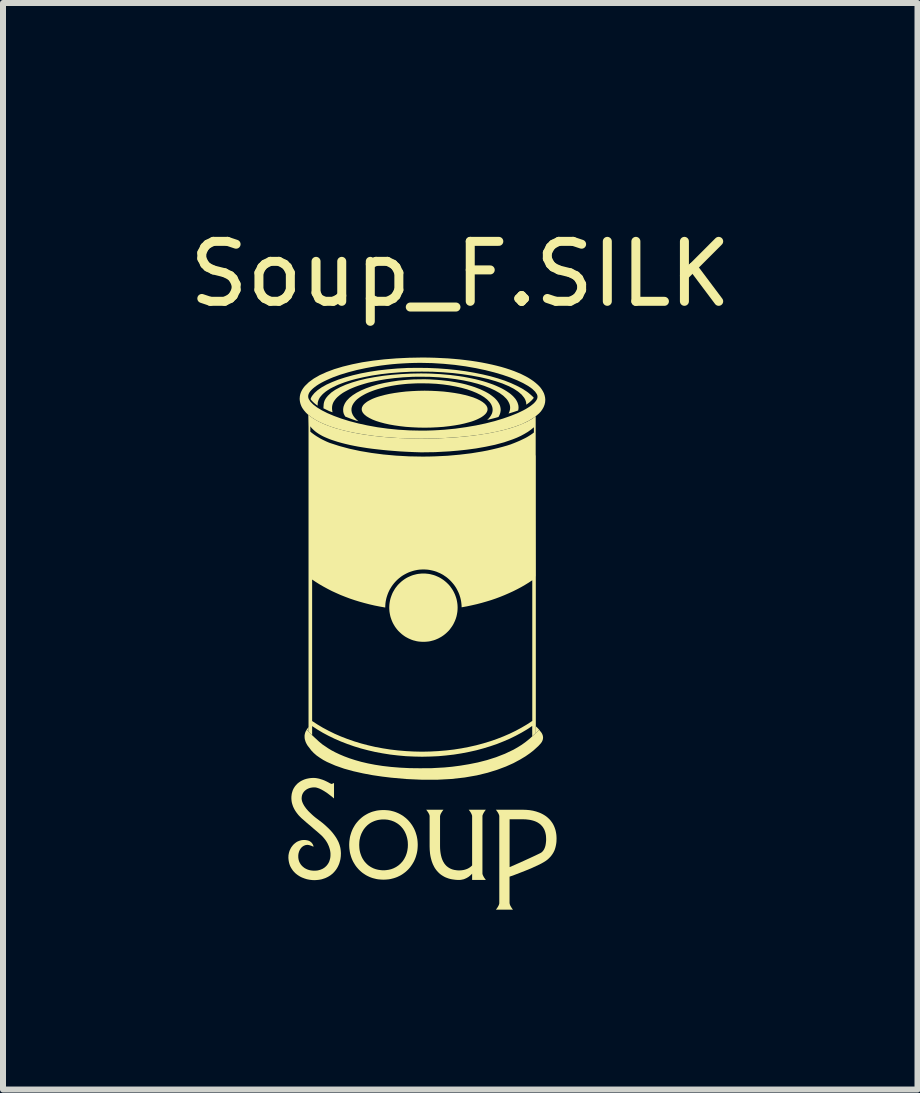
<source format=kicad_pcb>
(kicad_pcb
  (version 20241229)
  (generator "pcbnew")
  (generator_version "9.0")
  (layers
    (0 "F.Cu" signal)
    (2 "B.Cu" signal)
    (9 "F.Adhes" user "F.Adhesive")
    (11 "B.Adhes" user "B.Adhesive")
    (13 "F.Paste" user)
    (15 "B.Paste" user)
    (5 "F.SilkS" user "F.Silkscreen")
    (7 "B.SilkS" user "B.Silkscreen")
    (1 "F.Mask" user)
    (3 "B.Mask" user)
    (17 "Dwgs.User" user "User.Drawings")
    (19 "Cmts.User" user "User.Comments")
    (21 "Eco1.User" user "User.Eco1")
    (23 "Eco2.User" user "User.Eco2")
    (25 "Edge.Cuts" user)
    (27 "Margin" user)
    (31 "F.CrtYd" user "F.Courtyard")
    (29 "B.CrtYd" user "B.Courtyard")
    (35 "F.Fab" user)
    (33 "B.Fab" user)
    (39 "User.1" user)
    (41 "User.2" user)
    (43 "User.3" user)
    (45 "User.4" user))
  (footprint "Soup_F.SILK"
    (layer "F.Cu")
    (at 4.625 0.25)
    (property "Reference" "Soup_F.SILK" (at 0 1.27 0) (unlocked yes) (layer "F.SilkS") (effects (font (size 1 1) (thickness 0.15))))
    (fp_poly (pts (xy 1.32 8.872) (xy 1.321 8.875) (xy 1.324 8.88) (xy 1.331 8.89) (xy 1.329 8.887) (xy 1.327 8.885) (xy 1.326 8.883) (xy 1.324 8.88) (xy 1.317 8.871) (xy 1.318 8.87)) (stroke (width 0) (type solid)) (fill yes) (layer "F.SilkS"))
    (fp_poly (pts (xy -2.529 8.901) (xy -2.561 8.867) (xy -2.56 8.866) (xy -2.56 8.865) (xy -2.558 8.863) (xy -2.558 8.862) (xy -2.557 8.861) (xy -2.557 8.86) (xy -2.556 8.859) (xy -2.554 8.856) (xy -2.551 8.853) (xy -2.548 8.848) (xy -2.544 8.843) (xy -2.54 8.836) (xy -2.537 8.833) (xy -2.535 8.83) (xy -2.532 8.826) (xy -2.529 8.823)) (stroke (width 0) (type solid)) (fill yes) (layer "F.SilkS"))
    (fp_poly (pts (xy 1.266 8.817) (xy 1.273 8.823) (xy 1.279 8.829) (xy 1.287 8.836) (xy 1.294 8.844) (xy 1.302 8.852) (xy 1.306 8.856) (xy 1.31 8.861) (xy 1.313 8.866) (xy 1.317 8.871) (xy 1.3 8.887) (xy 1.283 8.903) (xy 1.249 8.934) (xy 1.252 8.932) (xy 1.254 8.929) (xy 1.257 8.926) (xy 1.26 8.924) (xy 1.26 8.812)) (stroke (width 0) (type solid)) (fill yes) (layer "F.SilkS"))
    (fp_poly (pts (xy -0.487 3.217) (xy -0.382 3.222) (xy -0.282 3.229) (xy -0.186 3.24) (xy -0.094 3.253) (xy -0.007 3.268) (xy 0.073 3.286) (xy 0.148 3.306) (xy 0.216 3.327) (xy 0.276 3.351) (xy 0.329 3.377) (xy 0.373 3.404) (xy 0.408 3.432) (xy 0.434 3.461) (xy 0.443 3.477) (xy 0.45 3.492) (xy 0.454 3.508) (xy 0.455 3.524) (xy 0.454 3.539) (xy 0.45 3.555) (xy 0.443 3.57) (xy 0.434 3.586) (xy 0.422 3.601) (xy 0.408 3.615) (xy 0.392 3.629) (xy 0.373 3.643) (xy 0.352 3.657) (xy 0.329 3.67) (xy 0.303 3.683) (xy 0.276 3.696) (xy 0.247 3.708) (xy 0.216 3.72) (xy 0.183 3.731) (xy 0.148 3.741) (xy 0.073 3.761) (xy -0.007 3.779) (xy -0.094 3.794) (xy -0.186 3.807) (xy -0.282 3.818) (xy -0.382 3.825) (xy -0.487 3.83) (xy -0.594 3.832) (xy -0.701 3.83) (xy -0.805 3.825) (xy -0.906 3.818) (xy -1.002 3.807) (xy -1.094 3.794) (xy -1.18 3.779) (xy -1.261 3.761) (xy -1.336 3.741) (xy -1.403 3.72) (xy -1.464 3.696) (xy -1.516 3.67) (xy -1.561 3.643) (xy -1.596 3.615) (xy -1.622 3.586) (xy -1.631 3.57) (xy -1.638 3.555) (xy -1.642 3.539) (xy -1.643 3.524) (xy -1.642 3.508) (xy -1.638 3.492) (xy -1.631 3.477) (xy -1.622 3.461) (xy -1.61 3.446) (xy -1.596 3.432) (xy -1.579 3.418) (xy -1.561 3.404) (xy -1.54 3.39) (xy -1.516 3.377) (xy -1.491 3.364) (xy -1.464 3.351) (xy -1.435 3.339) (xy -1.403 3.327) (xy -1.37 3.316) (xy -1.336 3.306) (xy -1.261 3.286) (xy -1.18 3.268) (xy -1.094 3.253) (xy -1.002 3.24) (xy -0.906 3.229) (xy -0.805 3.222) (xy -0.701 3.217) (xy -0.594 3.215)) (stroke (width 0) (type solid)) (fill yes) (layer "F.SilkS"))
    (fp_poly (pts (xy -0.539 2.836) (xy -0.374 2.843) (xy -0.213 2.855) (xy -0.057 2.871) (xy 0.093 2.891) (xy 0.237 2.916) (xy 0.375 2.944) (xy 0.506 2.975) (xy 0.628 3.01) (xy 0.743 3.048) (xy 0.849 3.09) (xy 0.945 3.134) (xy 1.032 3.18) (xy 1.108 3.229) (xy 1.142 3.255) (xy 1.173 3.281) (xy 1.202 3.307) (xy 1.227 3.334) (xy 1.221 3.341) (xy 1.215 3.349) (xy 1.209 3.356) (xy 1.202 3.363) (xy 1.196 3.371) (xy 1.188 3.378) (xy 1.181 3.385) (xy 1.173 3.392) (xy 1.165 3.4) (xy 1.157 3.407) (xy 1.148 3.414) (xy 1.139 3.421) (xy 1.13 3.428) (xy 1.12 3.435) (xy 1.1 3.449) (xy 1.1 3.448) (xy 1.101 3.447) (xy 1.101 3.446) (xy 1.101 3.445) (xy 1.101 3.444) (xy 1.101 3.443) (xy 1.101 3.443) (xy 1.099 3.414) (xy 1.092 3.387) (xy 1.081 3.359) (xy 1.066 3.333) (xy 1.023 3.28) (xy 0.964 3.23) (xy 0.891 3.182) (xy 0.803 3.137) (xy 0.703 3.095) (xy 0.591 3.057) (xy 0.467 3.021) (xy 0.333 2.99) (xy 0.189 2.963) (xy 0.037 2.94) (xy -0.123 2.921) (xy -0.29 2.908) (xy -0.463 2.899) (xy -0.641 2.897) (xy -0.819 2.899) (xy -0.992 2.908) (xy -1.159 2.921) (xy -1.318 2.939) (xy -1.47 2.962) (xy -1.613 2.99) (xy -1.747 3.021) (xy -1.81 3.038) (xy -1.87 3.056) (xy -1.928 3.075) (xy -1.982 3.095) (xy -2.034 3.115) (xy -2.082 3.137) (xy -2.127 3.159) (xy -2.169 3.181) (xy -2.207 3.205) (xy -2.242 3.229) (xy -2.273 3.254) (xy -2.3 3.279) (xy -2.323 3.305) (xy -2.343 3.331) (xy -2.358 3.358) (xy -2.369 3.386) (xy -2.376 3.413) (xy -2.378 3.441) (xy -2.378 3.448) (xy -2.378 3.453) (xy -2.378 3.456) (xy -2.378 3.459) (xy -2.378 3.462) (xy -2.378 3.465) (xy -2.388 3.458) (xy -2.399 3.451) (xy -2.409 3.443) (xy -2.42 3.434) (xy -2.43 3.426) (xy -2.44 3.417) (xy -2.45 3.408) (xy -2.459 3.399) (xy -2.467 3.391) (xy -2.475 3.383) (xy -2.481 3.375) (xy -2.487 3.369) (xy -2.491 3.363) (xy -2.492 3.36) (xy -2.494 3.358) (xy -2.495 3.356) (xy -2.495 3.354) (xy -2.495 3.352) (xy -2.495 3.351) (xy -2.485 3.326) (xy -2.471 3.302) (xy -2.431 3.253) (xy -2.377 3.205) (xy -2.309 3.158) (xy -2.229 3.113) (xy -2.136 3.071) (xy -2.032 3.03) (xy -1.917 2.993) (xy -1.792 2.958) (xy -1.659 2.927) (xy -1.516 2.9) (xy -1.367 2.877) (xy -1.21 2.859) (xy -1.048 2.845) (xy -0.88 2.836) (xy -0.708 2.834)) (stroke (width 0) (type solid)) (fill yes) (layer "F.SilkS"))
    (fp_poly (pts (xy -0.585 6.264) (xy -0.556 6.267) (xy -0.527 6.27) (xy -0.499 6.275) (xy -0.472 6.282) (xy -0.445 6.289) (xy -0.418 6.298) (xy -0.392 6.309) (xy -0.367 6.32) (xy -0.343 6.332) (xy -0.319 6.346) (xy -0.296 6.361) (xy -0.273 6.377) (xy -0.252 6.394) (xy -0.231 6.412) (xy -0.211 6.431) (xy -0.192 6.45) (xy -0.174 6.471) (xy -0.158 6.493) (xy -0.142 6.515) (xy -0.127 6.538) (xy -0.113 6.562) (xy -0.101 6.586) (xy -0.089 6.612) (xy -0.079 6.638) (xy -0.07 6.664) (xy -0.062 6.691) (xy -0.056 6.719) (xy -0.051 6.747) (xy -0.047 6.775) (xy -0.045 6.804) (xy -0.044 6.833) (xy -0.045 6.863) (xy -0.047 6.892) (xy -0.051 6.92) (xy -0.056 6.948) (xy -0.062 6.976) (xy -0.07 7.003) (xy -0.079 7.029) (xy -0.089 7.055) (xy -0.101 7.08) (xy -0.113 7.105) (xy -0.127 7.129) (xy -0.142 7.152) (xy -0.158 7.174) (xy -0.174 7.196) (xy -0.192 7.217) (xy -0.211 7.236) (xy -0.231 7.255) (xy -0.252 7.273) (xy -0.273 7.29) (xy -0.296 7.306) (xy -0.319 7.321) (xy -0.343 7.334) (xy -0.367 7.347) (xy -0.392 7.358) (xy -0.418 7.369) (xy -0.445 7.378) (xy -0.472 7.385) (xy -0.499 7.392) (xy -0.527 7.397) (xy -0.556 7.4) (xy -0.585 7.402) (xy -0.614 7.403) (xy -0.643 7.402) (xy -0.672 7.4) (xy -0.701 7.397) (xy -0.729 7.392) (xy -0.756 7.385) (xy -0.784 7.378) (xy -0.81 7.369) (xy -0.836 7.358) (xy -0.861 7.347) (xy -0.886 7.334) (xy -0.91 7.321) (xy -0.933 7.306) (xy -0.955 7.29) (xy -0.977 7.273) (xy -0.997 7.255) (xy -1.017 7.236) (xy -1.036 7.217) (xy -1.054 7.196) (xy -1.071 7.174) (xy -1.087 7.152) (xy -1.101 7.129) (xy -1.115 7.105) (xy -1.128 7.08) (xy -1.139 7.055) (xy -1.149 7.029) (xy -1.158 7.003) (xy -1.166 6.976) (xy -1.172 6.948) (xy -1.177 6.92) (xy -1.181 6.892) (xy -1.183 6.863) (xy -1.184 6.833) (xy -1.183 6.804) (xy -1.181 6.775) (xy -1.177 6.747) (xy -1.172 6.719) (xy -1.166 6.691) (xy -1.158 6.664) (xy -1.149 6.638) (xy -1.139 6.612) (xy -1.128 6.586) (xy -1.115 6.562) (xy -1.101 6.538) (xy -1.087 6.515) (xy -1.071 6.493) (xy -1.054 6.471) (xy -1.036 6.45) (xy -1.017 6.431) (xy -0.997 6.412) (xy -0.977 6.394) (xy -0.955 6.377) (xy -0.933 6.361) (xy -0.91 6.346) (xy -0.886 6.332) (xy -0.861 6.32) (xy -0.836 6.309) (xy -0.81 6.298) (xy -0.784 6.289) (xy -0.756 6.282) (xy -0.729 6.275) (xy -0.701 6.27) (xy -0.672 6.267) (xy -0.643 6.264) (xy -0.614 6.264)) (stroke (width 0) (type solid)) (fill yes) (layer "F.SilkS"))
    (fp_poly (pts (xy -2.54 8.89) (xy -2.518 8.912) (xy -2.496 8.935) (xy -2.474 8.957) (xy -2.451 8.978) (xy -2.429 8.999) (xy -2.387 9.037) (xy -2.379 9.045) (xy -2.371 9.052) (xy -2.363 9.06) (xy -2.354 9.068) (xy -2.344 9.076) (xy -2.334 9.085) (xy -2.323 9.093) (xy -2.312 9.102) (xy -2.308 9.106) (xy -2.304 9.109) (xy -2.301 9.112) (xy -2.298 9.114) (xy -2.296 9.116) (xy -2.294 9.117) (xy -2.293 9.118) (xy -2.292 9.118) (xy -2.199 9.181) (xy -2.144 9.214) (xy -2.081 9.247) (xy -2.011 9.28) (xy -1.933 9.313) (xy -1.847 9.345) (xy -1.754 9.375) (xy -1.652 9.404) (xy -1.541 9.43) (xy -1.422 9.453) (xy -1.293 9.473) (xy -1.154 9.489) (xy -1.006 9.501) (xy -0.848 9.509) (xy -0.679 9.511) (xy -0.482 9.51) (xy -0.266 9.498) (xy -0.138 9.486) (xy -0.001 9.468) (xy 0.144 9.444) (xy 0.294 9.414) (xy 0.446 9.375) (xy 0.597 9.327) (xy 0.746 9.269) (xy 0.889 9.201) (xy 0.957 9.162) (xy 1.023 9.121) (xy 1.086 9.076) (xy 1.146 9.028) (xy 1.146 9.028) (xy 1.147 9.028) (xy 1.147 9.028) (xy 1.148 9.027) (xy 1.149 9.026) (xy 1.149 9.025) (xy 1.151 9.024) (xy 1.152 9.023) (xy 1.168 9.009) (xy 1.176 9.002) (xy 1.184 8.994) (xy 1.192 8.987) (xy 1.2 8.979) (xy 1.208 8.972) (xy 1.216 8.964) (xy 1.216 8.964) (xy 1.217 8.963) (xy 1.217 8.963) (xy 1.217 8.963) (xy 1.218 8.962) (xy 1.218 8.962) (xy 1.242 8.94) (xy 1.267 8.917) (xy 1.318 8.87) (xy 1.324 8.88) (xy 1.328 8.885) (xy 1.329 8.887) (xy 1.331 8.89) (xy 1.336 8.895) (xy 1.347 8.908) (xy 1.354 8.918) (xy 1.361 8.929) (xy 1.368 8.943) (xy 1.373 8.957) (xy 1.376 8.965) (xy 1.378 8.973) (xy 1.379 8.982) (xy 1.38 8.991) (xy 1.381 9) (xy 1.38 9.009) (xy 1.379 9.019) (xy 1.377 9.029) (xy 1.375 9.039) (xy 1.371 9.049) (xy 1.366 9.06) (xy 1.361 9.071) (xy 1.354 9.081) (xy 1.346 9.092) (xy 1.337 9.103) (xy 1.326 9.115) (xy 1.301 9.142) (xy 1.223 9.213) (xy 1.163 9.26) (xy 1.087 9.313) (xy 0.995 9.368) (xy 0.887 9.426) (xy 0.762 9.482) (xy 0.618 9.536) (xy 0.457 9.586) (xy 0.276 9.63) (xy 0.075 9.665) (xy -0.147 9.69) (xy -0.389 9.703) (xy -0.653 9.702) (xy -0.897 9.691) (xy -1.154 9.668) (xy -1.303 9.65) (xy -1.459 9.627) (xy -1.62 9.597) (xy -1.78 9.561) (xy -1.937 9.518) (xy -2.085 9.466) (xy -2.222 9.406) (xy -2.284 9.373) (xy -2.342 9.336) (xy -2.396 9.298) (xy -2.443 9.257) (xy -2.485 9.213) (xy -2.52 9.166) (xy -2.526 9.159) (xy -2.54 9.141) (xy -2.55 9.127) (xy -2.559 9.111) (xy -2.569 9.093) (xy -2.578 9.073) (xy -2.585 9.051) (xy -2.592 9.028) (xy -2.594 9.016) (xy -2.595 9.004) (xy -2.596 8.991) (xy -2.596 8.978) (xy -2.596 8.964) (xy -2.594 8.951) (xy -2.591 8.937) (xy -2.588 8.924) (xy -2.583 8.91) (xy -2.577 8.896) (xy -2.569 8.882) (xy -2.561 8.868)) (stroke (width 0) (type solid)) (fill yes) (layer "F.SilkS"))
    (fp_poly (pts (xy -0.571 2.928) (xy -0.489 2.93) (xy -0.327 2.939) (xy -0.171 2.953) (xy -0.022 2.972) (xy 0.05 2.983) (xy 0.12 2.996) (xy 0.189 3.01) (xy 0.255 3.024) (xy 0.318 3.04) (xy 0.38 3.057) (xy 0.439 3.075) (xy 0.495 3.094) (xy 0.549 3.113) (xy 0.6 3.134) (xy 0.649 3.156) (xy 0.694 3.178) (xy 0.736 3.201) (xy 0.775 3.225) (xy 0.811 3.249) (xy 0.844 3.274) (xy 0.873 3.3) (xy 0.899 3.327) (xy 0.921 3.353) (xy 0.939 3.381) (xy 0.953 3.409) (xy 0.963 3.437) (xy 0.97 3.466) (xy 0.972 3.496) (xy 0.972 3.502) (xy 0.971 3.508) (xy 0.971 3.514) (xy 0.97 3.52) (xy 0.969 3.527) (xy 0.968 3.533) (xy 0.967 3.539) (xy 0.965 3.545) (xy 0.927 3.558) (xy 0.888 3.571) (xy 0.847 3.584) (xy 0.805 3.596) (xy 0.808 3.59) (xy 0.811 3.584) (xy 0.814 3.578) (xy 0.816 3.572) (xy 0.819 3.566) (xy 0.821 3.56) (xy 0.823 3.554) (xy 0.825 3.548) (xy 0.826 3.542) (xy 0.828 3.536) (xy 0.829 3.53) (xy 0.83 3.523) (xy 0.831 3.517) (xy 0.831 3.511) (xy 0.831 3.505) (xy 0.832 3.499) (xy 0.83 3.472) (xy 0.824 3.446) (xy 0.814 3.42) (xy 0.801 3.395) (xy 0.785 3.369) (xy 0.765 3.345) (xy 0.715 3.297) (xy 0.652 3.252) (xy 0.578 3.21) (xy 0.492 3.17) (xy 0.397 3.133) (xy 0.291 3.1) (xy 0.177 3.07) (xy 0.054 3.044) (xy -0.075 3.022) (xy -0.212 3.005) (xy -0.354 2.992) (xy -0.501 2.984) (xy -0.653 2.982) (xy -0.73 2.982) (xy -0.805 2.984) (xy -0.952 2.992) (xy -1.095 3.005) (xy -1.231 3.022) (xy -1.297 3.033) (xy -1.361 3.044) (xy -1.423 3.057) (xy -1.483 3.07) (xy -1.542 3.084) (xy -1.598 3.1) (xy -1.651 3.116) (xy -1.703 3.133) (xy -1.752 3.151) (xy -1.799 3.17) (xy -1.843 3.189) (xy -1.884 3.21) (xy -1.923 3.231) (xy -1.959 3.252) (xy -1.992 3.275) (xy -2.021 3.298) (xy -2.048 3.321) (xy -2.071 3.345) (xy -2.091 3.37) (xy -2.108 3.395) (xy -2.121 3.42) (xy -2.13 3.446) (xy -2.136 3.472) (xy -2.138 3.499) (xy -2.138 3.513) (xy -2.138 3.518) (xy -2.137 3.524) (xy -2.137 3.528) (xy -2.137 3.532) (xy -2.137 3.536) (xy -2.136 3.54) (xy -2.135 3.546) (xy -2.134 3.554) (xy -2.132 3.563) (xy -2.13 3.575) (xy -2.142 3.571) (xy -2.153 3.567) (xy -2.163 3.563) (xy -2.173 3.56) (xy -2.183 3.556) (xy -2.192 3.552) (xy -2.21 3.543) (xy -2.244 3.527) (xy -2.262 3.518) (xy -2.271 3.514) (xy -2.28 3.51) (xy -2.281 3.509) (xy -2.281 3.507) (xy -2.281 3.504) (xy -2.281 3.502) (xy -2.281 3.496) (xy -2.281 3.49) (xy -2.28 3.476) (xy -2.28 3.47) (xy -2.279 3.464) (xy -2.277 3.434) (xy -2.271 3.406) (xy -2.261 3.378) (xy -2.246 3.35) (xy -2.228 3.324) (xy -2.206 3.298) (xy -2.152 3.247) (xy -2.084 3.2) (xy -2.002 3.156) (xy -1.909 3.115) (xy -1.804 3.078) (xy -1.689 3.044) (xy -1.564 3.014) (xy -1.43 2.989) (xy -1.288 2.967) (xy -1.139 2.95) (xy -0.983 2.938) (xy -0.821 2.93) (xy -0.655 2.927)) (stroke (width 0) (type solid)) (fill yes) (layer "F.SilkS"))
    (fp_poly (pts (xy 1.105 10.205) (xy 1.16 10.21) (xy 1.213 10.219) (xy 1.264 10.232) (xy 1.313 10.249) (xy 1.336 10.258) (xy 1.359 10.269) (xy 1.38 10.28) (xy 1.402 10.293) (xy 1.422 10.306) (xy 1.441 10.32) (xy 1.46 10.336) (xy 1.477 10.352) (xy 1.494 10.369) (xy 1.51 10.388) (xy 1.524 10.407) (xy 1.538 10.427) (xy 1.55 10.448) (xy 1.561 10.47) (xy 1.571 10.493) (xy 1.58 10.518) (xy 1.588 10.543) (xy 1.594 10.569) (xy 1.599 10.596) (xy 1.603 10.624) (xy 1.605 10.654) (xy 1.606 10.684) (xy 1.605 10.711) (xy 1.604 10.738) (xy 1.601 10.763) (xy 1.597 10.788) (xy 1.592 10.812) (xy 1.586 10.836) (xy 1.579 10.859) (xy 1.571 10.881) (xy 1.561 10.902) (xy 1.55 10.923) (xy 1.537 10.943) (xy 1.523 10.963) (xy 1.508 10.982) (xy 1.491 11) (xy 1.473 11.018) (xy 1.453 11.036) (xy 1.426 11.056) (xy 1.391 11.078) (xy 1.35 11.101) (xy 1.303 11.124) (xy 1.2 11.172) (xy 1.092 11.217) (xy 0.99 11.257) (xy 0.904 11.29) (xy 0.822 11.319) (xy 0.822 11.757) (xy 0.823 11.761) (xy 0.823 11.766) (xy 0.824 11.77) (xy 0.825 11.775) (xy 0.828 11.784) (xy 0.831 11.794) (xy 0.836 11.803) (xy 0.84 11.812) (xy 0.846 11.821) (xy 0.851 11.83) (xy 0.856 11.838) (xy 0.861 11.845) (xy 0.87 11.858) (xy 0.879 11.869) (xy 0.594 11.869) (xy 0.594 11.869) (xy 0.603 11.858) (xy 0.608 11.852) (xy 0.612 11.845) (xy 0.617 11.838) (xy 0.623 11.83) (xy 0.628 11.821) (xy 0.633 11.812) (xy 0.638 11.803) (xy 0.64 11.798) (xy 0.642 11.794) (xy 0.644 11.789) (xy 0.646 11.784) (xy 0.647 11.779) (xy 0.649 11.775) (xy 0.65 11.77) (xy 0.65 11.766) (xy 0.651 11.761) (xy 0.651 11.757) (xy 0.651 10.362) (xy 0.823 10.362) (xy 0.823 11.16) (xy 1.001 11.082) (xy 1.167 11.006) (xy 1.253 10.966) (xy 1.334 10.927) (xy 1.341 10.923) (xy 1.348 10.919) (xy 1.354 10.915) (xy 1.36 10.91) (xy 1.365 10.905) (xy 1.371 10.9) (xy 1.376 10.894) (xy 1.381 10.888) (xy 1.385 10.882) (xy 1.39 10.876) (xy 1.394 10.869) (xy 1.398 10.862) (xy 1.401 10.855) (xy 1.405 10.848) (xy 1.408 10.84) (xy 1.411 10.833) (xy 1.416 10.817) (xy 1.421 10.8) (xy 1.424 10.783) (xy 1.427 10.765) (xy 1.429 10.746) (xy 1.431 10.727) (xy 1.432 10.708) (xy 1.432 10.689) (xy 1.431 10.667) (xy 1.43 10.646) (xy 1.428 10.626) (xy 1.424 10.606) (xy 1.42 10.588) (xy 1.415 10.57) (xy 1.409 10.553) (xy 1.403 10.537) (xy 1.395 10.522) (xy 1.387 10.508) (xy 1.378 10.494) (xy 1.368 10.481) (xy 1.357 10.469) (xy 1.346 10.457) (xy 1.334 10.446) (xy 1.321 10.436) (xy 1.308 10.427) (xy 1.294 10.418) (xy 1.28 10.41) (xy 1.265 10.403) (xy 1.249 10.396) (xy 1.233 10.39) (xy 1.216 10.385) (xy 1.199 10.38) (xy 1.181 10.376) (xy 1.163 10.372) (xy 1.126 10.367) (xy 1.087 10.363) (xy 1.046 10.362) (xy 0.823 10.362) (xy 0.651 10.362) (xy 0.651 10.315) (xy 0.651 10.311) (xy 0.65 10.306) (xy 0.65 10.302) (xy 0.649 10.297) (xy 0.646 10.288) (xy 0.642 10.278) (xy 0.638 10.269) (xy 0.633 10.26) (xy 0.628 10.251) (xy 0.623 10.242) (xy 0.617 10.234) (xy 0.612 10.227) (xy 0.603 10.214) (xy 0.594 10.203) (xy 1.048 10.203)) (stroke (width 0) (type solid)) (fill yes) (layer "F.SilkS"))
    (fp_poly (pts (xy 0.418 10.214) (xy 0.413 10.22) (xy 0.409 10.226) (xy 0.404 10.234) (xy 0.398 10.242) (xy 0.393 10.251) (xy 0.388 10.26) (xy 0.383 10.269) (xy 0.381 10.273) (xy 0.379 10.278) (xy 0.377 10.283) (xy 0.375 10.288) (xy 0.373 10.292) (xy 0.372 10.297) (xy 0.371 10.302) (xy 0.37 10.306) (xy 0.37 10.31) (xy 0.37 10.315) (xy 0.37 11.262) (xy 0.37 11.266) (xy 0.37 11.27) (xy 0.371 11.274) (xy 0.372 11.279) (xy 0.375 11.288) (xy 0.379 11.297) (xy 0.383 11.307) (xy 0.388 11.316) (xy 0.393 11.325) (xy 0.398 11.334) (xy 0.409 11.349) (xy 0.418 11.362) (xy 0.427 11.373) (xy 0.198 11.373) (xy 0.198 11.269) (xy 0.187 11.281) (xy 0.175 11.292) (xy 0.163 11.303) (xy 0.15 11.313) (xy 0.138 11.323) (xy 0.124 11.331) (xy 0.111 11.339) (xy 0.097 11.346) (xy 0.083 11.352) (xy 0.069 11.358) (xy 0.055 11.363) (xy 0.04 11.366) (xy 0.026 11.369) (xy 0.011 11.372) (xy -0.003 11.373) (xy -0.018 11.373) (xy -0.05 11.373) (xy -0.081 11.371) (xy -0.111 11.367) (xy -0.139 11.363) (xy -0.167 11.357) (xy -0.193 11.35) (xy -0.218 11.341) (xy -0.242 11.332) (xy -0.265 11.321) (xy -0.286 11.309) (xy -0.307 11.296) (xy -0.327 11.282) (xy -0.345 11.267) (xy -0.363 11.25) (xy -0.379 11.233) (xy -0.395 11.215) (xy -0.409 11.196) (xy -0.423 11.176) (xy -0.435 11.155) (xy -0.446 11.133) (xy -0.457 11.111) (xy -0.466 11.087) (xy -0.475 11.063) (xy -0.482 11.038) (xy -0.489 11.012) (xy -0.495 10.986) (xy -0.5 10.959) (xy -0.504 10.931) (xy -0.509 10.874) (xy -0.511 10.814) (xy -0.511 10.314) (xy -0.511 10.31) (xy -0.511 10.306) (xy -0.512 10.301) (xy -0.513 10.297) (xy -0.516 10.287) (xy -0.519 10.278) (xy -0.524 10.269) (xy -0.529 10.259) (xy -0.534 10.25) (xy -0.539 10.242) (xy -0.545 10.234) (xy -0.55 10.226) (xy -0.559 10.214) (xy -0.568 10.203) (xy -0.28 10.203) (xy -0.289 10.214) (xy -0.293 10.22) (xy -0.298 10.226) (xy -0.303 10.234) (xy -0.308 10.242) (xy -0.314 10.251) (xy -0.319 10.26) (xy -0.324 10.269) (xy -0.326 10.273) (xy -0.328 10.278) (xy -0.33 10.283) (xy -0.332 10.288) (xy -0.333 10.292) (xy -0.334 10.297) (xy -0.335 10.302) (xy -0.336 10.306) (xy -0.337 10.31) (xy -0.337 10.315) (xy -0.337 10.812) (xy -0.336 10.852) (xy -0.333 10.891) (xy -0.328 10.929) (xy -0.321 10.965) (xy -0.312 11) (xy -0.3 11.034) (xy -0.293 11.049) (xy -0.286 11.065) (xy -0.277 11.079) (xy -0.269 11.094) (xy -0.259 11.107) (xy -0.249 11.12) (xy -0.238 11.132) (xy -0.226 11.144) (xy -0.213 11.154) (xy -0.2 11.164) (xy -0.185 11.173) (xy -0.17 11.182) (xy -0.154 11.189) (xy -0.138 11.196) (xy -0.12 11.201) (xy -0.102 11.206) (xy -0.082 11.209) (xy -0.062 11.212) (xy -0.04 11.214) (xy -0.018 11.214) (xy -0.001 11.214) (xy 0.016 11.213) (xy 0.032 11.211) (xy 0.047 11.209) (xy 0.063 11.206) (xy 0.077 11.202) (xy 0.091 11.198) (xy 0.105 11.193) (xy 0.118 11.188) (xy 0.131 11.181) (xy 0.143 11.175) (xy 0.155 11.167) (xy 0.167 11.159) (xy 0.178 11.15) (xy 0.188 11.141) (xy 0.198 11.131) (xy 0.198 10.315) (xy 0.198 10.31) (xy 0.198 10.306) (xy 0.197 10.301) (xy 0.196 10.297) (xy 0.193 10.288) (xy 0.189 10.278) (xy 0.185 10.269) (xy 0.18 10.259) (xy 0.175 10.25) (xy 0.17 10.242) (xy 0.165 10.234) (xy 0.159 10.226) (xy 0.15 10.214) (xy 0.141 10.203) (xy 0.427 10.203)) (stroke (width 0) (type solid)) (fill yes) (layer "F.SilkS"))
    (fp_poly (pts (xy -0.572 3.025) (xy -0.505 3.027) (xy -0.439 3.031) (xy -0.375 3.035) (xy -0.311 3.041) (xy -0.249 3.048) (xy -0.188 3.055) (xy -0.128 3.065) (xy -0.07 3.075) (xy -0.013 3.086) (xy 0.042 3.098) (xy 0.095 3.111) (xy 0.146 3.126) (xy 0.196 3.141) (xy 0.244 3.157) (xy 0.289 3.174) (xy 0.333 3.191) (xy 0.374 3.21) (xy 0.413 3.229) (xy 0.45 3.249) (xy 0.484 3.269) (xy 0.515 3.291) (xy 0.544 3.313) (xy 0.571 3.335) (xy 0.594 3.358) (xy 0.615 3.382) (xy 0.632 3.406) (xy 0.647 3.431) (xy 0.659 3.456) (xy 0.667 3.481) (xy 0.672 3.507) (xy 0.674 3.533) (xy 0.674 3.541) (xy 0.673 3.549) (xy 0.672 3.557) (xy 0.671 3.564) (xy 0.67 3.572) (xy 0.668 3.58) (xy 0.666 3.587) (xy 0.664 3.595) (xy 0.662 3.602) (xy 0.659 3.61) (xy 0.656 3.617) (xy 0.652 3.625) (xy 0.649 3.632) (xy 0.645 3.639) (xy 0.641 3.647) (xy 0.636 3.654) (xy 0.636 3.654) (xy 0.636 3.654) (xy 0.636 3.654) (xy 0.636 3.654) (xy 0.636 3.654) (xy 0.636 3.654) (xy 0.636 3.654) (xy 0.636 3.654) (xy 0.635 3.654) (xy 0.635 3.654) (xy 0.635 3.654) (xy 0.635 3.654) (xy 0.59 3.667) (xy 0.544 3.679) (xy 0.497 3.691) (xy 0.449 3.703) (xy 0.459 3.693) (xy 0.47 3.683) (xy 0.479 3.672) (xy 0.488 3.662) (xy 0.496 3.652) (xy 0.503 3.641) (xy 0.51 3.631) (xy 0.516 3.62) (xy 0.522 3.609) (xy 0.527 3.599) (xy 0.531 3.588) (xy 0.534 3.577) (xy 0.537 3.566) (xy 0.538 3.554) (xy 0.54 3.543) (xy 0.54 3.532) (xy 0.538 3.509) (xy 0.534 3.487) (xy 0.526 3.465) (xy 0.516 3.443) (xy 0.503 3.422) (xy 0.487 3.401) (xy 0.447 3.36) (xy 0.398 3.322) (xy 0.339 3.286) (xy 0.271 3.252) (xy 0.195 3.221) (xy 0.112 3.192) (xy 0.021 3.167) (xy -0.076 3.145) (xy -0.179 3.126) (xy -0.287 3.111) (xy -0.4 3.1) (xy -0.517 3.094) (xy -0.637 3.092) (xy -0.698 3.092) (xy -0.758 3.094) (xy -0.816 3.097) (xy -0.874 3.1) (xy -0.931 3.105) (xy -0.987 3.111) (xy -1.042 3.118) (xy -1.095 3.126) (xy -1.148 3.135) (xy -1.198 3.145) (xy -1.248 3.155) (xy -1.295 3.167) (xy -1.341 3.179) (xy -1.386 3.192) (xy -1.429 3.206) (xy -1.47 3.221) (xy -1.509 3.236) (xy -1.546 3.252) (xy -1.58 3.268) (xy -1.613 3.286) (xy -1.644 3.304) (xy -1.672 3.322) (xy -1.698 3.341) (xy -1.722 3.36) (xy -1.743 3.38) (xy -1.761 3.401) (xy -1.777 3.422) (xy -1.79 3.443) (xy -1.801 3.465) (xy -1.808 3.487) (xy -1.813 3.509) (xy -1.814 3.532) (xy -1.814 3.545) (xy -1.812 3.557) (xy -1.81 3.57) (xy -1.807 3.583) (xy -1.802 3.595) (xy -1.797 3.608) (xy -1.791 3.62) (xy -1.784 3.632) (xy -1.776 3.644) (xy -1.767 3.656) (xy -1.758 3.667) (xy -1.747 3.679) (xy -1.736 3.69) (xy -1.724 3.702) (xy -1.711 3.713) (xy -1.697 3.724) (xy -1.712 3.72) (xy -1.727 3.716) (xy -1.742 3.712) (xy -1.757 3.707) (xy -1.786 3.697) (xy -1.814 3.687) (xy -1.917 3.647) (xy -1.922 3.639) (xy -1.926 3.632) (xy -1.93 3.625) (xy -1.934 3.618) (xy -1.937 3.611) (xy -1.94 3.605) (xy -1.943 3.598) (xy -1.945 3.591) (xy -1.947 3.585) (xy -1.948 3.578) (xy -1.95 3.571) (xy -1.951 3.564) (xy -1.952 3.556) (xy -1.952 3.549) (xy -1.952 3.541) (xy -1.953 3.533) (xy -1.951 3.507) (xy -1.946 3.481) (xy -1.937 3.456) (xy -1.926 3.431) (xy -1.911 3.406) (xy -1.894 3.382) (xy -1.849 3.335) (xy -1.794 3.291) (xy -1.728 3.249) (xy -1.653 3.21) (xy -1.568 3.174) (xy -1.475 3.141) (xy -1.374 3.111) (xy -1.265 3.086) (xy -1.15 3.065) (xy -1.03 3.047) (xy -0.904 3.035) (xy -0.774 3.027) (xy -0.639 3.025)) (stroke (width 0) (type solid)) (fill yes) (layer "F.SilkS"))
    (fp_poly (pts (xy -0.527 2.663) (xy -0.42 2.666) (xy -0.211 2.676) (xy -0.11 2.684) (xy -0.011 2.693) (xy 0.085 2.704) (xy 0.179 2.716) (xy 0.271 2.73) (xy 0.359 2.745) (xy 0.445 2.762) (xy 0.529 2.78) (xy 0.609 2.799) (xy 0.686 2.819) (xy 0.76 2.841) (xy 0.83 2.864) (xy 0.897 2.888) (xy 0.961 2.914) (xy 1.021 2.94) (xy 1.077 2.968) (xy 1.129 2.996) (xy 1.177 3.026) (xy 1.221 3.056) (xy 1.261 3.088) (xy 1.297 3.12) (xy 1.329 3.153) (xy 1.355 3.187) (xy 1.377 3.222) (xy 1.395 3.257) (xy 1.407 3.293) (xy 1.415 3.33) (xy 1.418 3.367) (xy 1.415 3.409) (xy 1.406 3.448) (xy 1.391 3.487) (xy 1.371 3.523) (xy 1.346 3.559) (xy 1.315 3.593) (xy 1.239 3.657) (xy 1.145 3.715) (xy 1.035 3.769) (xy 0.909 3.816) (xy 0.77 3.859) (xy 0.619 3.896) (xy 0.457 3.928) (xy 0.286 3.955) (xy 0.108 3.976) (xy -0.077 3.993) (xy -0.265 4.005) (xy -0.457 4.012) (xy -0.649 4.015) (xy -0.857 4.012) (xy -1.059 4.003) (xy -1.254 3.989) (xy -1.44 3.969) (xy -1.618 3.944) (xy -1.785 3.914) (xy -1.864 3.897) (xy -1.941 3.879) (xy -2.014 3.86) (xy -2.084 3.839) (xy -2.155 3.816) (xy -2.221 3.792) (xy -2.283 3.766) (xy -2.341 3.74) (xy -2.394 3.712) (xy -2.419 3.698) (xy -2.443 3.683) (xy -2.465 3.669) (xy -2.487 3.654) (xy -2.507 3.639) (xy -2.527 3.623) (xy -2.545 3.608) (xy -2.562 3.592) (xy -2.578 3.576) (xy -2.592 3.559) (xy -2.606 3.543) (xy -2.618 3.526) (xy -2.63 3.509) (xy -2.64 3.492) (xy -2.649 3.475) (xy -2.656 3.457) (xy -2.663 3.439) (xy -2.668 3.421) (xy -2.672 3.403) (xy -2.675 3.385) (xy -2.677 3.366) (xy -2.678 3.348) (xy -2.675 3.311) (xy -2.675 3.309) (xy -2.536 3.309) (xy -2.534 3.331) (xy -2.527 3.353) (xy -2.498 3.399) (xy -2.451 3.446) (xy -2.388 3.494) (xy -2.309 3.542) (xy -2.214 3.59) (xy -2.105 3.636) (xy -1.984 3.68) (xy -1.85 3.722) (xy -1.704 3.76) (xy -1.549 3.794) (xy -1.384 3.824) (xy -1.21 3.848) (xy -1.03 3.866) (xy -0.842 3.877) (xy -0.65 3.881) (xy -0.552 3.88) (xy -0.455 3.877) (xy -0.359 3.872) (xy -0.265 3.866) (xy -0.081 3.848) (xy 0.096 3.823) (xy 0.265 3.794) (xy 0.425 3.76) (xy 0.575 3.722) (xy 0.713 3.68) (xy 0.839 3.636) (xy 0.952 3.591) (xy 1.003 3.567) (xy 1.05 3.544) (xy 1.094 3.52) (xy 1.133 3.496) (xy 1.168 3.473) (xy 1.199 3.449) (xy 1.226 3.426) (xy 1.248 3.403) (xy 1.265 3.381) (xy 1.278 3.359) (xy 1.286 3.337) (xy 1.288 3.316) (xy 1.286 3.296) (xy 1.278 3.274) (xy 1.248 3.23) (xy 1.199 3.183) (xy 1.132 3.136) (xy 1.049 3.089) (xy 0.95 3.042) (xy 0.837 2.996) (xy 0.71 2.952) (xy 0.571 2.911) (xy 0.421 2.873) (xy 0.26 2.839) (xy 0.09 2.809) (xy -0.088 2.785) (xy -0.273 2.767) (xy -0.464 2.755) (xy -0.66 2.751) (xy -0.759 2.752) (xy -0.857 2.755) (xy -0.953 2.76) (xy -1.048 2.766) (xy -1.14 2.774) (xy -1.23 2.784) (xy -1.319 2.795) (xy -1.405 2.808) (xy -1.488 2.822) (xy -1.569 2.837) (xy -1.724 2.87) (xy -1.868 2.908) (xy -2 2.948) (xy -2.061 2.97) (xy -2.119 2.991) (xy -2.174 3.014) (xy -2.225 3.037) (xy -2.273 3.06) (xy -2.317 3.083) (xy -2.357 3.106) (xy -2.394 3.13) (xy -2.426 3.153) (xy -2.455 3.177) (xy -2.479 3.2) (xy -2.5 3.223) (xy -2.516 3.245) (xy -2.527 3.267) (xy -2.534 3.289) (xy -2.536 3.309) (xy -2.675 3.309) (xy -2.668 3.274) (xy -2.656 3.239) (xy -2.639 3.204) (xy -2.617 3.17) (xy -2.591 3.137) (xy -2.525 3.073) (xy -2.443 3.013) (xy -2.344 2.956) (xy -2.229 2.904) (xy -2.101 2.856) (xy -1.958 2.813) (xy -1.802 2.775) (xy -1.634 2.741) (xy -1.454 2.714) (xy -1.263 2.692) (xy -1.063 2.676) (xy -0.854 2.666) (xy -0.636 2.662)) (stroke (width 0) (type solid)) (fill yes) (layer "F.SilkS"))
    (fp_poly (pts (xy -1.25 10.209) (xy -1.22 10.211) (xy -1.19 10.214) (xy -1.161 10.219) (xy -1.133 10.226) (xy -1.106 10.233) (xy -1.079 10.242) (xy -1.052 10.253) (xy -1.027 10.264) (xy -1.002 10.277) (xy -0.978 10.291) (xy -0.955 10.305) (xy -0.933 10.322) (xy -0.911 10.339) (xy -0.891 10.357) (xy -0.871 10.376) (xy -0.853 10.396) (xy -0.835 10.417) (xy -0.819 10.439) (xy -0.803 10.461) (xy -0.789 10.485) (xy -0.775 10.509) (xy -0.763 10.534) (xy -0.752 10.56) (xy -0.742 10.587) (xy -0.734 10.614) (xy -0.726 10.641) (xy -0.72 10.67) (xy -0.715 10.699) (xy -0.712 10.728) (xy -0.71 10.758) (xy -0.709 10.788) (xy -0.71 10.819) (xy -0.712 10.849) (xy -0.715 10.879) (xy -0.72 10.908) (xy -0.726 10.936) (xy -0.734 10.964) (xy -0.742 10.991) (xy -0.752 11.018) (xy -0.763 11.044) (xy -0.775 11.069) (xy -0.789 11.093) (xy -0.803 11.116) (xy -0.819 11.139) (xy -0.835 11.161) (xy -0.853 11.182) (xy -0.871 11.202) (xy -0.891 11.221) (xy -0.911 11.239) (xy -0.933 11.256) (xy -0.955 11.272) (xy -0.978 11.287) (xy -1.002 11.301) (xy -1.027 11.313) (xy -1.052 11.325) (xy -1.079 11.335) (xy -1.106 11.344) (xy -1.133 11.351) (xy -1.161 11.358) (xy -1.19 11.363) (xy -1.22 11.366) (xy -1.25 11.368) (xy -1.28 11.369) (xy -1.311 11.368) (xy -1.341 11.366) (xy -1.371 11.363) (xy -1.4 11.358) (xy -1.428 11.351) (xy -1.456 11.344) (xy -1.483 11.335) (xy -1.509 11.325) (xy -1.535 11.313) (xy -1.559 11.301) (xy -1.583 11.287) (xy -1.606 11.272) (xy -1.629 11.256) (xy -1.65 11.239) (xy -1.67 11.221) (xy -1.69 11.202) (xy -1.708 11.182) (xy -1.726 11.161) (xy -1.743 11.139) (xy -1.758 11.116) (xy -1.772 11.093) (xy -1.786 11.069) (xy -1.798 11.044) (xy -1.809 11.018) (xy -1.819 10.991) (xy -1.827 10.964) (xy -1.835 10.936) (xy -1.841 10.908) (xy -1.845 10.879) (xy -1.849 10.849) (xy -1.851 10.819) (xy -1.852 10.788) (xy -1.685 10.788) (xy -1.684 10.811) (xy -1.683 10.833) (xy -1.681 10.854) (xy -1.678 10.876) (xy -1.674 10.896) (xy -1.669 10.917) (xy -1.663 10.937) (xy -1.656 10.956) (xy -1.649 10.975) (xy -1.641 10.993) (xy -1.632 11.011) (xy -1.622 11.028) (xy -1.611 11.045) (xy -1.6 11.061) (xy -1.588 11.076) (xy -1.575 11.09) (xy -1.562 11.104) (xy -1.548 11.117) (xy -1.533 11.13) (xy -1.517 11.141) (xy -1.501 11.152) (xy -1.484 11.162) (xy -1.466 11.171) (xy -1.448 11.18) (xy -1.429 11.187) (xy -1.409 11.194) (xy -1.389 11.199) (xy -1.369 11.204) (xy -1.347 11.207) (xy -1.326 11.21) (xy -1.303 11.212) (xy -1.28 11.212) (xy -1.258 11.212) (xy -1.236 11.21) (xy -1.214 11.207) (xy -1.193 11.204) (xy -1.172 11.199) (xy -1.152 11.194) (xy -1.133 11.187) (xy -1.114 11.18) (xy -1.096 11.171) (xy -1.078 11.162) (xy -1.061 11.152) (xy -1.045 11.141) (xy -1.029 11.13) (xy -1.014 11.117) (xy -0.999 11.104) (xy -0.986 11.09) (xy -0.973 11.076) (xy -0.96 11.061) (xy -0.949 11.045) (xy -0.938 11.028) (xy -0.928 11.011) (xy -0.919 10.993) (xy -0.91 10.975) (xy -0.903 10.956) (xy -0.896 10.937) (xy -0.89 10.917) (xy -0.885 10.896) (xy -0.881 10.876) (xy -0.878 10.854) (xy -0.875 10.833) (xy -0.874 10.811) (xy -0.873 10.788) (xy -0.874 10.766) (xy -0.875 10.744) (xy -0.877 10.722) (xy -0.881 10.701) (xy -0.885 10.68) (xy -0.89 10.66) (xy -0.896 10.64) (xy -0.902 10.621) (xy -0.91 10.602) (xy -0.918 10.584) (xy -0.927 10.566) (xy -0.937 10.549) (xy -0.948 10.532) (xy -0.959 10.516) (xy -0.972 10.501) (xy -0.985 10.486) (xy -0.998 10.473) (xy -1.013 10.459) (xy -1.028 10.447) (xy -1.044 10.435) (xy -1.06 10.425) (xy -1.077 10.415) (xy -1.095 10.405) (xy -1.113 10.397) (xy -1.132 10.39) (xy -1.151 10.383) (xy -1.172 10.378) (xy -1.192 10.373) (xy -1.213 10.369) (xy -1.235 10.367) (xy -1.257 10.365) (xy -1.28 10.365) (xy -1.303 10.365) (xy -1.325 10.367) (xy -1.347 10.37) (xy -1.368 10.373) (xy -1.389 10.378) (xy -1.409 10.384) (xy -1.428 10.39) (xy -1.447 10.398) (xy -1.465 10.406) (xy -1.483 10.415) (xy -1.5 10.425) (xy -1.516 10.436) (xy -1.532 10.448) (xy -1.547 10.46) (xy -1.561 10.474) (xy -1.574 10.487) (xy -1.587 10.502) (xy -1.599 10.517) (xy -1.611 10.533) (xy -1.621 10.55) (xy -1.631 10.567) (xy -1.64 10.585) (xy -1.649 10.603) (xy -1.656 10.622) (xy -1.663 10.641) (xy -1.669 10.661) (xy -1.673 10.681) (xy -1.678 10.702) (xy -1.681 10.723) (xy -1.683 10.744) (xy -1.684 10.766) (xy -1.685 10.788) (xy -1.852 10.788) (xy -1.851 10.758) (xy -1.849 10.728) (xy -1.845 10.699) (xy -1.841 10.67) (xy -1.835 10.641) (xy -1.827 10.614) (xy -1.819 10.587) (xy -1.809 10.56) (xy -1.798 10.534) (xy -1.786 10.509) (xy -1.772 10.485) (xy -1.758 10.461) (xy -1.743 10.439) (xy -1.726 10.417) (xy -1.708 10.396) (xy -1.69 10.376) (xy -1.67 10.357) (xy -1.65 10.339) (xy -1.629 10.322) (xy -1.606 10.305) (xy -1.583 10.291) (xy -1.559 10.277) (xy -1.535 10.264) (xy -1.509 10.253) (xy -1.483 10.242) (xy -1.456 10.233) (xy -1.428 10.226) (xy -1.4 10.219) (xy -1.371 10.214) (xy -1.341 10.211) (xy -1.311 10.209) (xy -1.28 10.208)) (stroke (width 0) (type solid)) (fill yes) (layer "F.SilkS"))
    (fp_poly (pts (xy -2.514 3.632) (xy -2.494 3.648) (xy -2.472 3.663) (xy -2.449 3.679) (xy -2.425 3.693) (xy -2.4 3.708) (xy -2.374 3.722) (xy -2.346 3.737) (xy -2.317 3.75) (xy -2.287 3.764) (xy -2.256 3.777) (xy -2.224 3.79) (xy -2.156 3.815) (xy -2.084 3.839) (xy -1.94 3.879) (xy -1.785 3.914) (xy -1.618 3.944) (xy -1.44 3.969) (xy -1.253 3.989) (xy -1.059 4.003) (xy -0.857 4.011) (xy -0.649 4.014) (xy -0.501 4.013) (xy -0.355 4.009) (xy -0.209 4.002) (xy -0.065 3.992) (xy 0.076 3.979) (xy 0.213 3.964) (xy 0.347 3.945) (xy 0.476 3.924) (xy 0.6 3.899) (xy 0.717 3.872) (xy 0.828 3.842) (xy 0.932 3.808) (xy 1.027 3.771) (xy 1.114 3.732) (xy 1.191 3.689) (xy 1.258 3.642) (xy 1.258 3.691) (xy 1.258 3.691) (xy 1.258 3.769) (xy 1.258 3.77) (xy 1.258 4.294) (xy 1.258 4.294) (xy 1.259 4.294) (xy 1.259 4.294) (xy 1.259 4.295) (xy 1.259 4.295) (xy 1.259 4.295) (xy 1.259 4.295) (xy 1.259 4.295) (xy 1.259 4.295) (xy 1.259 4.295) (xy 1.259 4.295) (xy 1.259 4.295) (xy 1.26 4.295) (xy 1.26 4.295) (xy 1.26 5.264) (xy 1.261 6.311) (xy 1.26 6.311) (xy 1.26 8.924) (xy 1.238 8.943) (xy 1.228 8.952) (xy 1.218 8.962) (xy 1.218 8.962) (xy 1.218 8.962) (xy 1.217 8.963) (xy 1.217 8.963) (xy 1.216 8.963) (xy 1.216 8.964) (xy 1.216 8.964) (xy 1.216 8.964) (xy 1.214 8.966) (xy 1.212 8.967) (xy 1.208 8.971) (xy 1.204 8.975) (xy 1.202 8.977) (xy 1.2 8.978) (xy 1.2 8.806) (xy 1.113 8.864) (xy 1.021 8.918) (xy 0.924 8.97) (xy 0.824 9.019) (xy 0.719 9.064) (xy 0.611 9.107) (xy 0.499 9.145) (xy 0.384 9.18) (xy 0.266 9.212) (xy 0.145 9.239) (xy 0.02 9.263) (xy -0.106 9.283) (xy -0.236 9.298) (xy -0.367 9.31) (xy -0.501 9.316) (xy -0.637 9.319) (xy -0.772 9.316) (xy -0.905 9.31) (xy -1.037 9.298) (xy -1.166 9.283) (xy -1.292 9.263) (xy -1.416 9.24) (xy -1.537 9.212) (xy -1.656 9.181) (xy -1.77 9.146) (xy -1.882 9.107) (xy -1.99 9.065) (xy -2.094 9.02) (xy -2.195 8.971) (xy -2.291 8.92) (xy -2.383 8.865) (xy -2.47 8.808) (xy -2.47 8.96) (xy -2.485 8.946) (xy -2.5 8.931) (xy -2.515 8.916) (xy -2.53 8.901) (xy -2.53 8.724) (xy -2.47 8.724) (xy -2.382 8.781) (xy -2.29 8.836) (xy -2.194 8.887) (xy -2.094 8.936) (xy -1.99 8.981) (xy -1.882 9.023) (xy -1.77 9.062) (xy -1.655 9.097) (xy -1.537 9.128) (xy -1.416 9.156) (xy -1.292 9.179) (xy -1.165 9.199) (xy -1.036 9.214) (xy -0.905 9.225) (xy -0.772 9.232) (xy -0.636 9.235) (xy -0.501 9.232) (xy -0.367 9.225) (xy -0.235 9.214) (xy -0.106 9.199) (xy 0.021 9.179) (xy 0.145 9.155) (xy 0.266 9.128) (xy 0.385 9.096) (xy 0.5 9.061) (xy 0.612 9.022) (xy 0.72 8.98) (xy 0.824 8.935) (xy 0.925 8.886) (xy 1.021 8.834) (xy 1.113 8.78) (xy 1.201 8.722) (xy 1.201 6.376) (xy 1.141 6.416) (xy 1.079 6.454) (xy 1.015 6.491) (xy 0.949 6.526) (xy 0.881 6.56) (xy 0.811 6.592) (xy 0.74 6.623) (xy 0.666 6.653) (xy 0.591 6.681) (xy 0.515 6.707) (xy 0.436 6.731) (xy 0.356 6.754) (xy 0.275 6.775) (xy 0.192 6.794) (xy 0.108 6.812) (xy 0.023 6.827) (xy 0.022 6.795) (xy 0.019 6.763) (xy 0.015 6.731) (xy 0.009 6.7) (xy 0.002 6.67) (xy -0.007 6.64) (xy -0.017 6.61) (xy -0.029 6.581) (xy -0.042 6.554) (xy -0.056 6.526) (xy -0.071 6.5) (xy -0.088 6.474) (xy -0.106 6.449) (xy -0.125 6.426) (xy -0.145 6.403) (xy -0.166 6.381) (xy -0.188 6.36) (xy -0.211 6.34) (xy -0.235 6.321) (xy -0.26 6.304) (xy -0.285 6.287) (xy -0.312 6.272) (xy -0.339 6.258) (xy -0.368 6.246) (xy -0.396 6.234) (xy -0.426 6.224) (xy -0.456 6.216) (xy -0.487 6.209) (xy -0.518 6.203) (xy -0.55 6.199) (xy -0.582 6.197) (xy -0.614 6.196) (xy -0.647 6.197) (xy -0.679 6.199) (xy -0.711 6.203) (xy -0.742 6.209) (xy -0.773 6.216) (xy -0.803 6.225) (xy -0.833 6.235) (xy -0.862 6.246) (xy -0.89 6.259) (xy -0.917 6.273) (xy -0.944 6.288) (xy -0.97 6.304) (xy -0.995 6.322) (xy -1.019 6.341) (xy -1.042 6.361) (xy -1.064 6.382) (xy -1.085 6.404) (xy -1.105 6.427) (xy -1.124 6.451) (xy -1.142 6.476) (xy -1.158 6.502) (xy -1.174 6.528) (xy -1.188 6.556) (xy -1.201 6.584) (xy -1.212 6.613) (xy -1.222 6.642) (xy -1.231 6.672) (xy -1.238 6.703) (xy -1.244 6.734) (xy -1.248 6.766) (xy -1.25 6.798) (xy -1.251 6.831) (xy -1.34 6.815) (xy -1.427 6.798) (xy -1.513 6.778) (xy -1.598 6.756) (xy -1.681 6.733) (xy -1.762 6.708) (xy -1.842 6.681) (xy -1.919 6.652) (xy -1.995 6.622) (xy -2.069 6.589) (xy -2.141 6.556) (xy -2.211 6.52) (xy -2.279 6.483) (xy -2.345 6.445) (xy -2.409 6.405) (xy -2.47 6.364) (xy -2.47 8.724) (xy -2.53 8.724) (xy -2.53 6.346) (xy -2.53 6.346) (xy -2.53 4.244) (xy -2.5 4.244) (xy -2.5 4.287) (xy -2.5 4.287) (xy -2.5 4.287) (xy -2.5 4.287) (xy -2.5 4.287) (xy -2.5 4.287) (xy -2.5 4.287) (xy -2.5 4.287) (xy -2.5 4.287) (xy -2.5 4.287) (xy -2.5 4.287) (xy -2.5 4.287) (xy -2.5 4.287) (xy -2.5 4.287) (xy -2.5 4.287) (xy -2.5 4.287) (xy -2.5 4.287) (xy -2.5 4.287) (xy -2.5 4.287) (xy -2.5 4.287) (xy -2.5 4.244) (xy -2.53 4.244) (xy -2.53 3.898) (xy -2.5 3.898) (xy -2.486 3.91) (xy -2.464 3.927) (xy -2.434 3.949) (xy -2.397 3.974) (xy -2.352 4.001) (xy -2.327 4.016) (xy -2.3 4.03) (xy -2.271 4.044) (xy -2.24 4.059) (xy -2.208 4.073) (xy -2.173 4.087) (xy -2.018 4.137) (xy -1.851 4.182) (xy -1.671 4.221) (xy -1.48 4.253) (xy -1.28 4.279) (xy -1.071 4.298) (xy -0.854 4.31) (xy -0.631 4.314) (xy -0.524 4.313) (xy -0.418 4.31) (xy -0.211 4.3) (xy -0.011 4.282) (xy 0.181 4.259) (xy 0.365 4.229) (xy 0.454 4.212) (xy 0.539 4.193) (xy 0.623 4.173) (xy 0.703 4.152) (xy 0.781 4.13) (xy 0.855 4.106) (xy 0.854 4.105) (xy 0.894 4.09) (xy 0.938 4.072) (xy 0.992 4.049) (xy 1.053 4.02) (xy 1.084 4.005) (xy 1.115 3.988) (xy 1.145 3.97) (xy 1.175 3.951) (xy 1.202 3.932) (xy 1.228 3.912) (xy 1.228 3.825) (xy 1.18 3.864) (xy 1.127 3.902) (xy 1.07 3.936) (xy 1.009 3.969) (xy 0.944 3.999) (xy 0.876 4.026) (xy 0.731 4.076) (xy 0.579 4.117) (xy 0.422 4.15) (xy 0.264 4.178) (xy 0.108 4.199) (xy -0.042 4.215) (xy -0.183 4.227) (xy -0.425 4.24) (xy -0.651 4.243) (xy -0.771 4.239) (xy -0.886 4.234) (xy -0.996 4.228) (xy -1.101 4.22) (xy -1.201 4.212) (xy -1.295 4.203) (xy -1.386 4.193) (xy -1.471 4.183) (xy -1.552 4.172) (xy -1.628 4.16) (xy -1.701 4.148) (xy -1.769 4.135) (xy -1.833 4.122) (xy -1.893 4.108) (xy -1.95 4.094) (xy -2.002 4.08) (xy -2.051 4.066) (xy -2.097 4.051) (xy -2.14 4.037) (xy -2.179 4.023) (xy -2.215 4.008) (xy -2.248 3.994) (xy -2.279 3.98) (xy -2.307 3.966) (xy -2.354 3.939) (xy -2.393 3.913) (xy -2.423 3.89) (xy -2.446 3.869) (xy -2.454 3.862) (xy -2.461 3.855) (xy -2.468 3.848) (xy -2.475 3.841) (xy -2.481 3.833) (xy -2.485 3.83) (xy -2.488 3.826) (xy -2.491 3.822) (xy -2.494 3.818) (xy -2.496 3.814) (xy -2.499 3.81) (xy -2.5 3.811) (xy -2.5 3.898) (xy -2.53 3.898) (xy -2.53 3.822) (xy -2.533 3.668) (xy -2.533 3.668) (xy -2.534 3.617)) (stroke (width 0) (type solid)) (fill yes) (layer "F.SilkS"))
    (fp_poly (pts (xy -2.432 9.673) (xy -2.416 9.674) (xy -2.399 9.676) (xy -2.383 9.679) (xy -2.367 9.682) (xy -2.35 9.686) (xy -2.334 9.691) (xy -2.318 9.696) (xy -2.301 9.701) (xy -2.285 9.707) (xy -2.269 9.713) (xy -2.254 9.72) (xy -2.239 9.727) (xy -2.224 9.734) (xy -2.195 9.749) (xy -2.185 9.755) (xy -2.176 9.76) (xy -2.168 9.764) (xy -2.161 9.767) (xy -2.156 9.769) (xy -2.152 9.771) (xy -2.149 9.772) (xy -2.148 9.773) (xy -2.147 9.773) (xy -2.145 9.772) (xy -2.142 9.772) (xy -2.139 9.771) (xy -2.136 9.77) (xy -2.132 9.769) (xy -2.129 9.767) (xy -2.122 9.764) (xy -2.115 9.761) (xy -2.11 9.759) (xy -2.105 9.756) (xy -2.105 10.015) (xy -2.139 9.986) (xy -2.177 9.957) (xy -2.199 9.94) (xy -2.223 9.922) (xy -2.249 9.905) (xy -2.276 9.888) (xy -2.303 9.873) (xy -2.317 9.865) (xy -2.331 9.859) (xy -2.344 9.852) (xy -2.358 9.847) (xy -2.371 9.842) (xy -2.384 9.838) (xy -2.397 9.834) (xy -2.409 9.832) (xy -2.421 9.83) (xy -2.433 9.83) (xy -2.453 9.83) (xy -2.474 9.833) (xy -2.493 9.836) (xy -2.512 9.841) (xy -2.531 9.848) (xy -2.548 9.856) (xy -2.557 9.861) (xy -2.565 9.866) (xy -2.572 9.871) (xy -2.58 9.877) (xy -2.587 9.883) (xy -2.594 9.889) (xy -2.601 9.896) (xy -2.607 9.903) (xy -2.612 9.91) (xy -2.618 9.918) (xy -2.623 9.926) (xy -2.627 9.934) (xy -2.631 9.943) (xy -2.635 9.952) (xy -2.638 9.961) (xy -2.64 9.971) (xy -2.642 9.981) (xy -2.644 9.991) (xy -2.644 10.002) (xy -2.645 10.013) (xy -2.645 10.021) (xy -2.644 10.03) (xy -2.643 10.038) (xy -2.641 10.047) (xy -2.639 10.056) (xy -2.637 10.064) (xy -2.63 10.083) (xy -2.622 10.101) (xy -2.612 10.12) (xy -2.601 10.139) (xy -2.587 10.159) (xy -2.572 10.18) (xy -2.555 10.2) (xy -2.536 10.222) (xy -2.515 10.243) (xy -2.492 10.265) (xy -2.468 10.288) (xy -2.442 10.311) (xy -2.414 10.334) (xy -2.339 10.391) (xy -2.301 10.42) (xy -2.264 10.451) (xy -2.228 10.484) (xy -2.193 10.517) (xy -2.159 10.552) (xy -2.128 10.588) (xy -2.099 10.626) (xy -2.072 10.665) (xy -2.06 10.685) (xy -2.049 10.705) (xy -2.038 10.726) (xy -2.028 10.747) (xy -2.02 10.769) (xy -2.012 10.791) (xy -2.006 10.813) (xy -2 10.836) (xy -1.996 10.859) (xy -1.993 10.883) (xy -1.991 10.907) (xy -1.99 10.931) (xy -1.991 10.956) (xy -1.992 10.98) (xy -1.995 11.003) (xy -1.998 11.026) (xy -2.003 11.048) (xy -2.009 11.07) (xy -2.015 11.091) (xy -2.022 11.111) (xy -2.031 11.131) (xy -2.04 11.151) (xy -2.05 11.169) (xy -2.061 11.187) (xy -2.073 11.205) (xy -2.086 11.221) (xy -2.099 11.237) (xy -2.113 11.252) (xy -2.128 11.267) (xy -2.144 11.28) (xy -2.16 11.293) (xy -2.178 11.305) (xy -2.196 11.316) (xy -2.214 11.326) (xy -2.233 11.335) (xy -2.253 11.344) (xy -2.274 11.351) (xy -2.295 11.358) (xy -2.316 11.364) (xy -2.338 11.368) (xy -2.361 11.372) (xy -2.385 11.374) (xy -2.408 11.376) (xy -2.433 11.377) (xy -2.474 11.375) (xy -2.515 11.37) (xy -2.556 11.362) (xy -2.595 11.35) (xy -2.632 11.336) (xy -2.65 11.328) (xy -2.668 11.319) (xy -2.685 11.309) (xy -2.702 11.298) (xy -2.718 11.287) (xy -2.733 11.275) (xy -2.748 11.263) (xy -2.762 11.249) (xy -2.775 11.235) (xy -2.788 11.221) (xy -2.799 11.205) (xy -2.81 11.189) (xy -2.82 11.173) (xy -2.83 11.155) (xy -2.838 11.138) (xy -2.845 11.119) (xy -2.851 11.1) (xy -2.856 11.08) (xy -2.86 11.06) (xy -2.863 11.039) (xy -2.865 11.018) (xy -2.866 10.996) (xy -2.865 10.982) (xy -2.865 10.968) (xy -2.863 10.955) (xy -2.861 10.942) (xy -2.858 10.928) (xy -2.855 10.915) (xy -2.851 10.902) (xy -2.847 10.889) (xy -2.842 10.877) (xy -2.836 10.865) (xy -2.83 10.852) (xy -2.824 10.841) (xy -2.817 10.829) (xy -2.809 10.818) (xy -2.801 10.808) (xy -2.793 10.797) (xy -2.784 10.787) (xy -2.775 10.778) (xy -2.765 10.769) (xy -2.755 10.761) (xy -2.745 10.753) (xy -2.734 10.745) (xy -2.723 10.738) (xy -2.711 10.732) (xy -2.699 10.727) (xy -2.687 10.722) (xy -2.674 10.718) (xy -2.661 10.714) (xy -2.648 10.711) (xy -2.634 10.709) (xy -2.62 10.708) (xy -2.606 10.708) (xy -2.599 10.708) (xy -2.591 10.708) (xy -2.584 10.708) (xy -2.577 10.709) (xy -2.57 10.71) (xy -2.563 10.711) (xy -2.556 10.712) (xy -2.549 10.714) (xy -2.543 10.715) (xy -2.536 10.717) (xy -2.53 10.719) (xy -2.524 10.722) (xy -2.518 10.724) (xy -2.512 10.727) (xy -2.507 10.73) (xy -2.501 10.734) (xy -2.497 10.737) (xy -2.492 10.741) (xy -2.488 10.744) (xy -2.484 10.748) (xy -2.48 10.751) (xy -2.477 10.755) (xy -2.474 10.759) (xy -2.471 10.762) (xy -2.466 10.77) (xy -2.461 10.777) (xy -2.458 10.784) (xy -2.455 10.79) (xy -2.452 10.796) (xy -2.45 10.802) (xy -2.449 10.807) (xy -2.448 10.811) (xy -2.447 10.818) (xy -2.447 10.82) (xy -2.457 10.815) (xy -2.468 10.811) (xy -2.481 10.805) (xy -2.489 10.802) (xy -2.497 10.8) (xy -2.505 10.797) (xy -2.513 10.795) (xy -2.521 10.792) (xy -2.529 10.791) (xy -2.537 10.79) (xy -2.541 10.789) (xy -2.545 10.789) (xy -2.554 10.789) (xy -2.563 10.79) (xy -2.572 10.791) (xy -2.581 10.793) (xy -2.589 10.796) (xy -2.597 10.799) (xy -2.605 10.802) (xy -2.612 10.806) (xy -2.619 10.81) (xy -2.626 10.815) (xy -2.633 10.82) (xy -2.639 10.825) (xy -2.645 10.831) (xy -2.651 10.837) (xy -2.656 10.843) (xy -2.661 10.85) (xy -2.666 10.857) (xy -2.671 10.864) (xy -2.675 10.872) (xy -2.679 10.879) (xy -2.682 10.887) (xy -2.686 10.895) (xy -2.689 10.903) (xy -2.691 10.911) (xy -2.694 10.92) (xy -2.696 10.928) (xy -2.698 10.937) (xy -2.699 10.945) (xy -2.7 10.954) (xy -2.701 10.962) (xy -2.701 10.971) (xy -2.701 10.979) (xy -2.701 10.993) (xy -2.7 11.007) (xy -2.698 11.02) (xy -2.696 11.032) (xy -2.693 11.045) (xy -2.689 11.057) (xy -2.685 11.069) (xy -2.68 11.08) (xy -2.674 11.091) (xy -2.668 11.101) (xy -2.662 11.111) (xy -2.655 11.121) (xy -2.647 11.13) (xy -2.639 11.139) (xy -2.631 11.147) (xy -2.622 11.155) (xy -2.612 11.163) (xy -2.603 11.17) (xy -2.593 11.177) (xy -2.582 11.183) (xy -2.571 11.189) (xy -2.56 11.194) (xy -2.549 11.199) (xy -2.537 11.203) (xy -2.525 11.207) (xy -2.513 11.21) (xy -2.5 11.213) (xy -2.487 11.215) (xy -2.474 11.217) (xy -2.461 11.218) (xy -2.448 11.219) (xy -2.435 11.219) (xy -2.42 11.219) (xy -2.405 11.218) (xy -2.391 11.217) (xy -2.377 11.215) (xy -2.363 11.212) (xy -2.35 11.208) (xy -2.337 11.205) (xy -2.324 11.2) (xy -2.312 11.195) (xy -2.3 11.19) (xy -2.289 11.184) (xy -2.278 11.177) (xy -2.267 11.17) (xy -2.257 11.162) (xy -2.248 11.154) (xy -2.239 11.146) (xy -2.23 11.137) (xy -2.222 11.127) (xy -2.214 11.117) (xy -2.207 11.107) (xy -2.2 11.096) (xy -2.194 11.085) (xy -2.188 11.073) (xy -2.183 11.061) (xy -2.179 11.048) (xy -2.175 11.035) (xy -2.171 11.022) (xy -2.169 11.009) (xy -2.166 10.995) (xy -2.165 10.98) (xy -2.164 10.966) (xy -2.164 10.951) (xy -2.164 10.927) (xy -2.167 10.903) (xy -2.171 10.879) (xy -2.177 10.856) (xy -2.184 10.833) (xy -2.192 10.81) (xy -2.202 10.788) (xy -2.212 10.766) (xy -2.224 10.745) (xy -2.237 10.724) (xy -2.251 10.704) (xy -2.266 10.685) (xy -2.282 10.666) (xy -2.298 10.648) (xy -2.315 10.631) (xy -2.333 10.615) (xy -2.351 10.599) (xy -2.369 10.583) (xy -2.408 10.55) (xy -2.448 10.516) (xy -2.49 10.479) (xy -2.532 10.444) (xy -2.572 10.41) (xy -2.61 10.376) (xy -2.647 10.344) (xy -2.664 10.327) (xy -2.681 10.31) (xy -2.698 10.292) (xy -2.713 10.273) (xy -2.728 10.254) (xy -2.742 10.234) (xy -2.755 10.214) (xy -2.767 10.193) (xy -2.778 10.171) (xy -2.788 10.149) (xy -2.796 10.126) (xy -2.803 10.104) (xy -2.809 10.08) (xy -2.813 10.056) (xy -2.814 10.044) (xy -2.815 10.032) (xy -2.816 10.02) (xy -2.816 10.008) (xy -2.816 9.988) (xy -2.814 9.969) (xy -2.812 9.951) (xy -2.809 9.933) (xy -2.804 9.915) (xy -2.799 9.898) (xy -2.794 9.882) (xy -2.787 9.866) (xy -2.78 9.851) (xy -2.771 9.836) (xy -2.762 9.822) (xy -2.753 9.809) (xy -2.742 9.796) (xy -2.731 9.784) (xy -2.72 9.772) (xy -2.708 9.761) (xy -2.695 9.751) (xy -2.681 9.741) (xy -2.667 9.731) (xy -2.653 9.723) (xy -2.638 9.715) (xy -2.622 9.708) (xy -2.607 9.701) (xy -2.59 9.695) (xy -2.574 9.69) (xy -2.556 9.685) (xy -2.539 9.682) (xy -2.521 9.678) (xy -2.503 9.676) (xy -2.485 9.674) (xy -2.466 9.673) (xy -2.447 9.673)) (stroke (width 0) (type solid)) (fill yes) (layer "F.SilkS")))
  (gr_rect
    (start -3 -3)
    (end 12.25 15.119)
    (stroke (width 0.1) (type default))
    (fill no)
    (layer "Edge.Cuts")))
</source>
